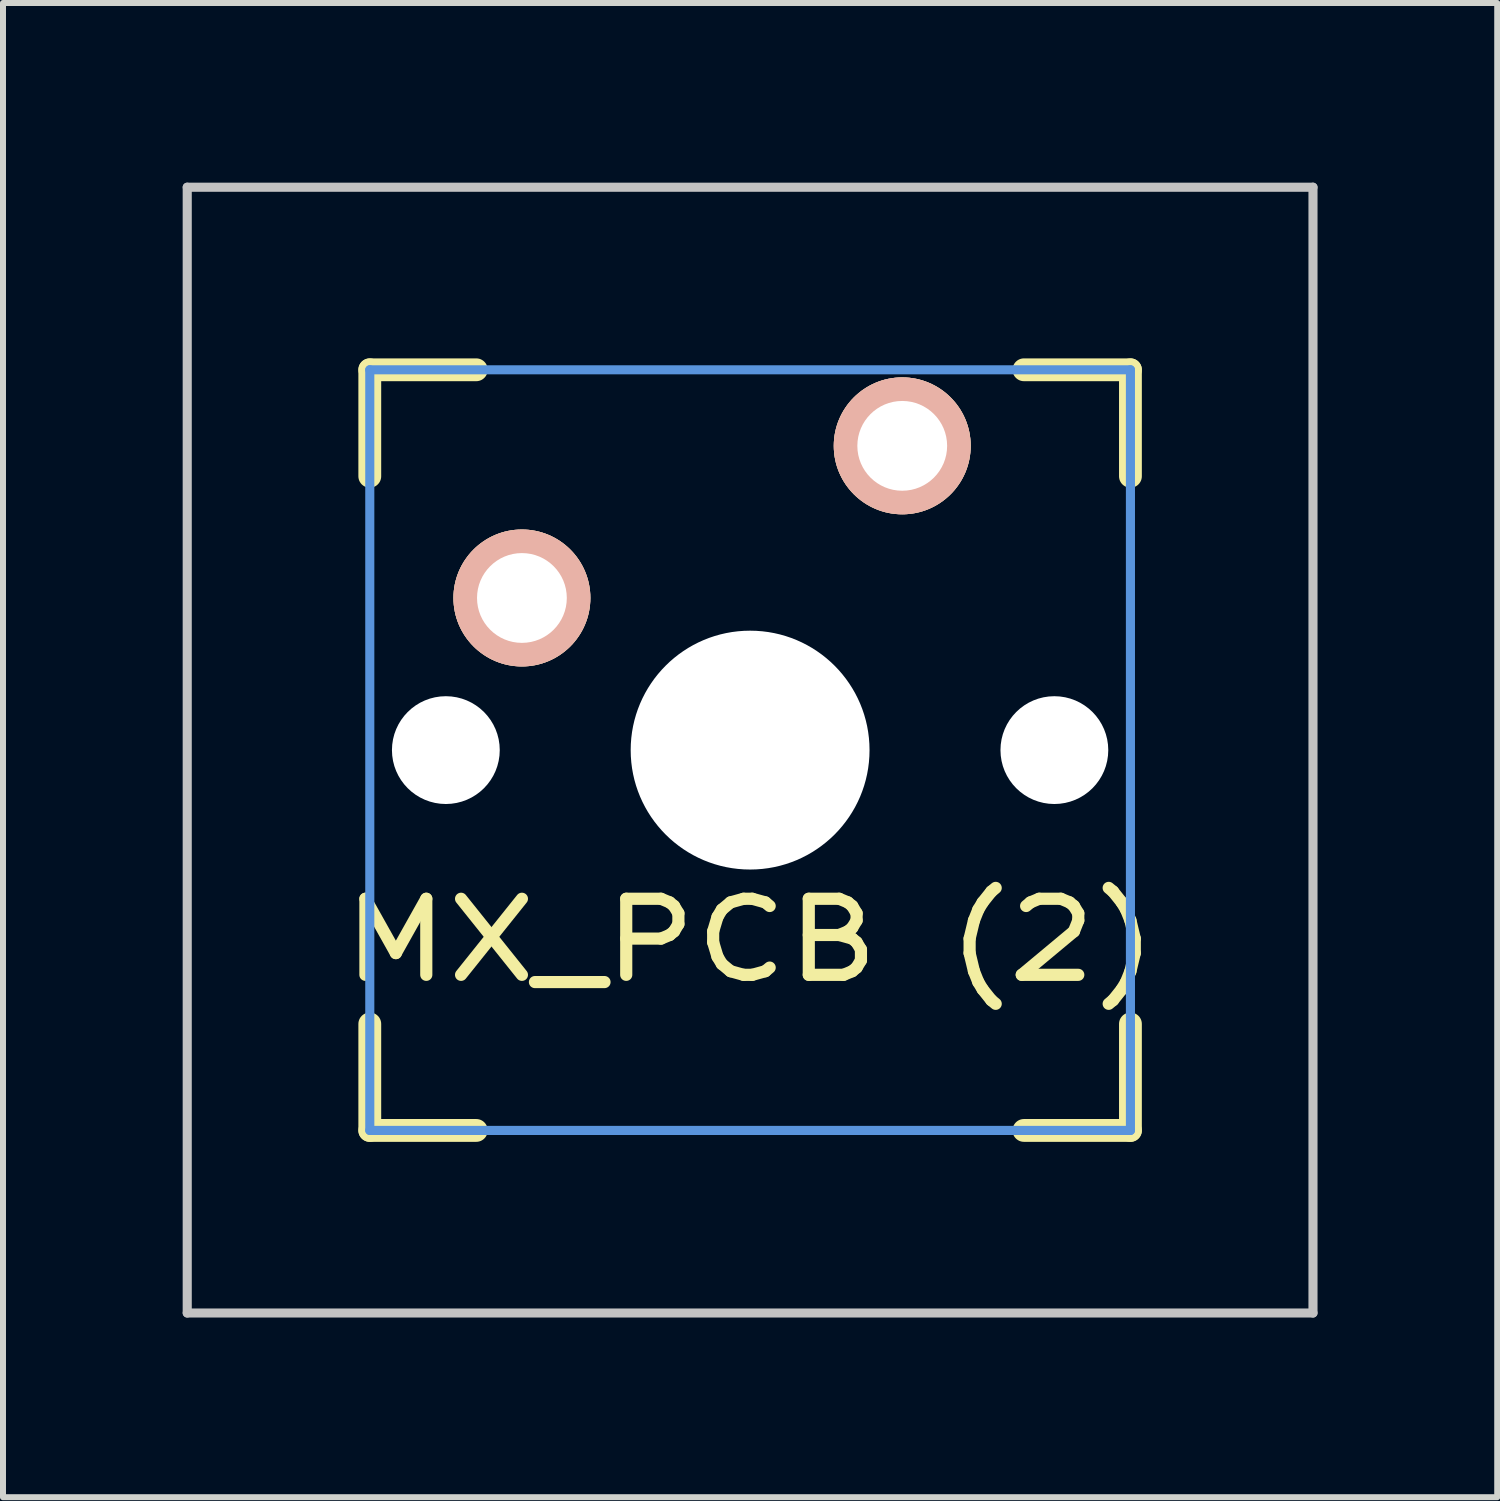
<source format=kicad_pcb>
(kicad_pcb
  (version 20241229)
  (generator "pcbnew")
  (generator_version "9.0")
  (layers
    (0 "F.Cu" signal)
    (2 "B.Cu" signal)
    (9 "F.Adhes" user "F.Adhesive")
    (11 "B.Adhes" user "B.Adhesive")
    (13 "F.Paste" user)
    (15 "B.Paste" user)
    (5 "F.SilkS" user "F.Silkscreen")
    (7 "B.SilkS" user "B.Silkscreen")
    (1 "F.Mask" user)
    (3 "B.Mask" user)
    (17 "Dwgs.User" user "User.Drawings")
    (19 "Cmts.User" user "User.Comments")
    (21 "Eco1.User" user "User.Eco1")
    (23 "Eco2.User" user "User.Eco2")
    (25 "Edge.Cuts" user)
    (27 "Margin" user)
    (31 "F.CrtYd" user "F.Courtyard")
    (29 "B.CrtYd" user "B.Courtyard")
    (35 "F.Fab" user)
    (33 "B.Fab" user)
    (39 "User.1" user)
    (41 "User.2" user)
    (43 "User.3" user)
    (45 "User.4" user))
  (footprint "MX_PCB (2)"
    (layer "F.Cu")
    (at 9.474 9.474)
    (property "Reference" "MX_PCB (2)" (at 0 3.175 0) (layer "F.SilkS") (effects (font (size 1.27 1.524) (thickness 0.203))))
    (attr through_hole)
    (fp_line (start -6.35 -6.35) (end -4.572 -6.35) (stroke (width 0.381) (type solid)) (layer "F.SilkS"))
    (fp_line (start -6.35 -4.572) (end -6.35 -6.35) (stroke (width 0.381) (type solid)) (layer "F.SilkS"))
    (fp_line (start -6.35 6.35) (end -6.35 4.572) (stroke (width 0.381) (type solid)) (layer "F.SilkS"))
    (fp_line (start -4.572 6.35) (end -6.35 6.35) (stroke (width 0.381) (type solid)) (layer "F.SilkS"))
    (fp_line (start 4.572 -6.35) (end 6.35 -6.35) (stroke (width 0.381) (type solid)) (layer "F.SilkS"))
    (fp_line (start 6.35 -6.35) (end 6.35 -4.572) (stroke (width 0.381) (type solid)) (layer "F.SilkS"))
    (fp_line (start 6.35 4.572) (end 6.35 6.35) (stroke (width 0.381) (type solid)) (layer "F.SilkS"))
    (fp_line (start 6.35 6.35) (end 4.572 6.35) (stroke (width 0.381) (type solid)) (layer "F.SilkS"))
    (fp_line (start -9.398 -9.398) (end 9.398 -9.398) (stroke (width 0.152) (type solid)) (layer "Dwgs.User"))
    (fp_line (start -9.398 9.398) (end -9.398 -9.398) (stroke (width 0.152) (type solid)) (layer "Dwgs.User"))
    (fp_line (start 9.398 -9.398) (end 9.398 9.398) (stroke (width 0.152) (type solid)) (layer "Dwgs.User"))
    (fp_line (start 9.398 9.398) (end -9.398 9.398) (stroke (width 0.152) (type solid)) (layer "Dwgs.User"))
    (fp_line (start -6.35 -6.35) (end 6.35 -6.35) (stroke (width 0.152) (type solid)) (layer "Cmts.User"))
    (fp_line (start -6.35 6.35) (end -6.35 -6.35) (stroke (width 0.152) (type solid)) (layer "Cmts.User"))
    (fp_line (start 6.35 -6.35) (end 6.35 6.35) (stroke (width 0.152) (type solid)) (layer "Cmts.User"))
    (fp_line (start 6.35 6.35) (end -6.35 6.35) (stroke (width 0.152) (type solid)) (layer "Cmts.User"))
    (pad "" np_thru_hole circle (at -5.08 0) (size 1.8 1.8) (drill 1.8) (layers "*.Cu" "*.Mask"))
    (pad "" np_thru_hole circle (at 0 0) (size 3.988 3.988) (drill 3.988) (layers "*.Cu" "*.Mask"))
    (pad "" np_thru_hole circle (at 5.08 0) (size 1.8 1.8) (drill 1.8) (layers "*.Cu" "*.Mask"))
    (pad "1" thru_hole circle (at 2.54 -5.08) (size 2.286 2.286) (drill 1.499) (layers "*.Cu" "*.SilkS" "*.Mask"))
    (pad "2" thru_hole circle (at -3.81 -2.54) (size 2.286 2.286) (drill 1.499) (layers "*.Cu" "*.SilkS" "*.Mask")))
  (gr_rect
    (start -3 -3)
    (end 21.948 21.948)
    (stroke (width 0.1) (type default))
    (fill no)
    (layer "Edge.Cuts")))
</source>
